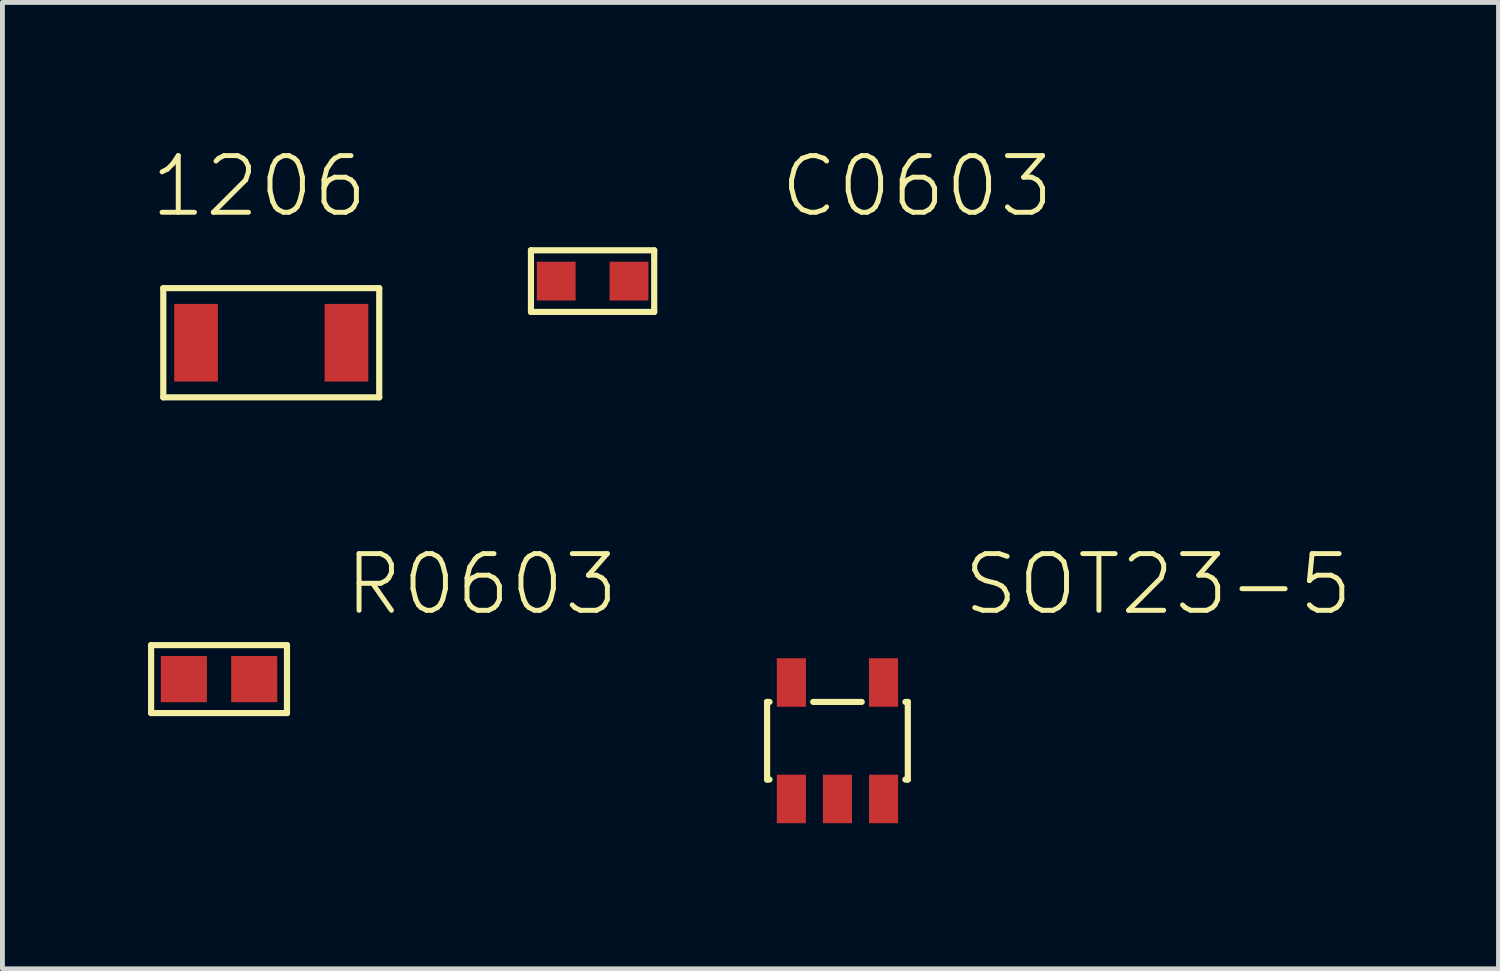
<source format=kicad_pcb>
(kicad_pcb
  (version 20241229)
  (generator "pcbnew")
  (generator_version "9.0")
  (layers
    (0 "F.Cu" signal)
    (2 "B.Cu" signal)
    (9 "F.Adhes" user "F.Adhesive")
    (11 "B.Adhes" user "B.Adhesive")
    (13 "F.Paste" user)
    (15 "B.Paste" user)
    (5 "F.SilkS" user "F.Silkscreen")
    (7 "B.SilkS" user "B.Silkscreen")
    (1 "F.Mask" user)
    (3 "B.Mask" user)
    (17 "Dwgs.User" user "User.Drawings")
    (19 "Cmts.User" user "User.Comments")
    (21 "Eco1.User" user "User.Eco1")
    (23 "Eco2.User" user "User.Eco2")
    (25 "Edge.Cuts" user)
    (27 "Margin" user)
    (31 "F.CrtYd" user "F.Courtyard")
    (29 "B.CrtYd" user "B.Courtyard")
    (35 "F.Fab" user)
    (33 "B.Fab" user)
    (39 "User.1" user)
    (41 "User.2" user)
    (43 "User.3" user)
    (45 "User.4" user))
  (footprint "SOT23-5"
    (layer "F.Cu")
    (at 14.208 12.215)
    (property "Reference" "SOT23-5" (at 2.54 -2.54 0) (unlocked yes) (layer "F.SilkS") (effects (font (size 1.168 1.168) (thickness 0.102)) (justify left bottom)))
    (fp_line (start -1.45 -0.8) (end -1.4 -0.8) (stroke (width 0.127) (type solid)) (layer "F.SilkS"))
    (fp_line (start -1.45 0.8) (end -1.45 -0.8) (stroke (width 0.127) (type solid)) (layer "F.SilkS"))
    (fp_line (start -1.4 0.8) (end -1.45 0.8) (stroke (width 0.127) (type solid)) (layer "F.SilkS"))
    (fp_line (start -0.5 -0.8) (end 0.5 -0.8) (stroke (width 0.127) (type solid)) (layer "F.SilkS"))
    (fp_line (start 1.4 -0.8) (end 1.45 -0.8) (stroke (width 0.127) (type solid)) (layer "F.SilkS"))
    (fp_line (start 1.45 -0.8) (end 1.45 0.8) (stroke (width 0.127) (type solid)) (layer "F.SilkS"))
    (fp_line (start 1.45 0.8) (end 1.4 0.8) (stroke (width 0.127) (type solid)) (layer "F.SilkS"))
    (pad "1" smd rect (at -0.95 1.2) (size 0.6 1) (layers "F.Cu" "F.Mask" "F.Paste"))
    (pad "2" smd rect (at 0 1.2) (size 0.6 1) (layers "F.Cu" "F.Mask" "F.Paste"))
    (pad "3" smd rect (at 0.95 1.2) (size 0.6 1) (layers "F.Cu" "F.Mask" "F.Paste"))
    (pad "4" smd rect (at 0.95 -1.2) (size 0.6 1) (layers "F.Cu" "F.Mask" "F.Paste"))
    (pad "5" smd rect (at -0.95 -1.2) (size 0.6 1) (layers "F.Cu" "F.Mask" "F.Paste")))
  (footprint "R0603"
    (layer "F.Cu")
    (at 1.464 10.945)
    (property "Reference" "R0603" (at 2.54 -1.27 0) (unlocked yes) (layer "F.SilkS") (effects (font (size 1.168 1.168) (thickness 0.102)) (justify left bottom)))
    (fp_line (start -1.4 -0.7) (end 1.4 -0.7) (stroke (width 0.127) (type solid)) (layer "F.SilkS"))
    (fp_line (start -1.4 0.7) (end -1.4 -0.7) (stroke (width 0.127) (type solid)) (layer "F.SilkS"))
    (fp_line (start 1.4 -0.7) (end 1.4 0.7) (stroke (width 0.127) (type solid)) (layer "F.SilkS"))
    (fp_line (start 1.4 0.7) (end -1.4 0.7) (stroke (width 0.127) (type solid)) (layer "F.SilkS"))
    (pad "P$1" smd rect (at -0.725 0) (size 0.95 0.95) (layers "F.Cu" "F.Mask" "F.Paste"))
    (pad "P$2" smd rect (at 0.725 0) (size 0.95 0.95) (layers "F.Cu" "F.Mask" "F.Paste")))
  (footprint "1206"
    (layer "F.Cu")
    (at 2.54 4.013)
    (property "Reference" "1206" (at -2.54 -2.54 0) (unlocked yes) (layer "F.SilkS") (effects (font (size 1.168 1.168) (thickness 0.102)) (justify left bottom)))
    (fp_line (start -2.225 -1.125) (end 2.225 -1.125) (stroke (width 0.127) (type solid)) (layer "F.SilkS"))
    (fp_line (start -2.225 1.125) (end -2.225 -1.125) (stroke (width 0.127) (type solid)) (layer "F.SilkS"))
    (fp_line (start 2.225 -1.125) (end 2.225 1.125) (stroke (width 0.127) (type solid)) (layer "F.SilkS"))
    (fp_line (start 2.225 1.125) (end -2.225 1.125) (stroke (width 0.127) (type solid)) (layer "F.SilkS"))
    (pad "P$1" smd rect (at -1.55 0) (size 0.9 1.6) (layers "F.Cu" "F.Mask" "F.Paste"))
    (pad "P$2" smd rect (at 1.55 0) (size 0.9 1.6) (layers "F.Cu" "F.Mask" "F.Paste")))
  (footprint "C0603"
    (layer "F.Cu")
    (at 9.162 2.743)
    (property "Reference" "C0603" (at 3.81 -1.27 0) (unlocked yes) (layer "F.SilkS") (effects (font (size 1.168 1.168) (thickness 0.102)) (justify left bottom)))
    (fp_line (start -1.27 -0.635) (end 1.27 -0.635) (stroke (width 0.127) (type solid)) (layer "F.SilkS"))
    (fp_line (start -1.27 0.635) (end -1.27 -0.635) (stroke (width 0.127) (type solid)) (layer "F.SilkS"))
    (fp_line (start 1.27 -0.635) (end 1.27 0.635) (stroke (width 0.127) (type solid)) (layer "F.SilkS"))
    (fp_line (start 1.27 0.635) (end -1.27 0.635) (stroke (width 0.127) (type solid)) (layer "F.SilkS"))
    (pad "P$1" smd rect (at -0.75 0) (size 0.8 0.8) (layers "F.Cu" "F.Mask" "F.Paste"))
    (pad "P$2" smd rect (at 0.75 0) (size 0.8 0.8) (layers "F.Cu" "F.Mask" "F.Paste")))
  (gr_rect
    (start -3 -3)
    (end 27.831 16.915)
    (stroke (width 0.1) (type default))
    (fill no)
    (layer "Edge.Cuts")))
</source>
